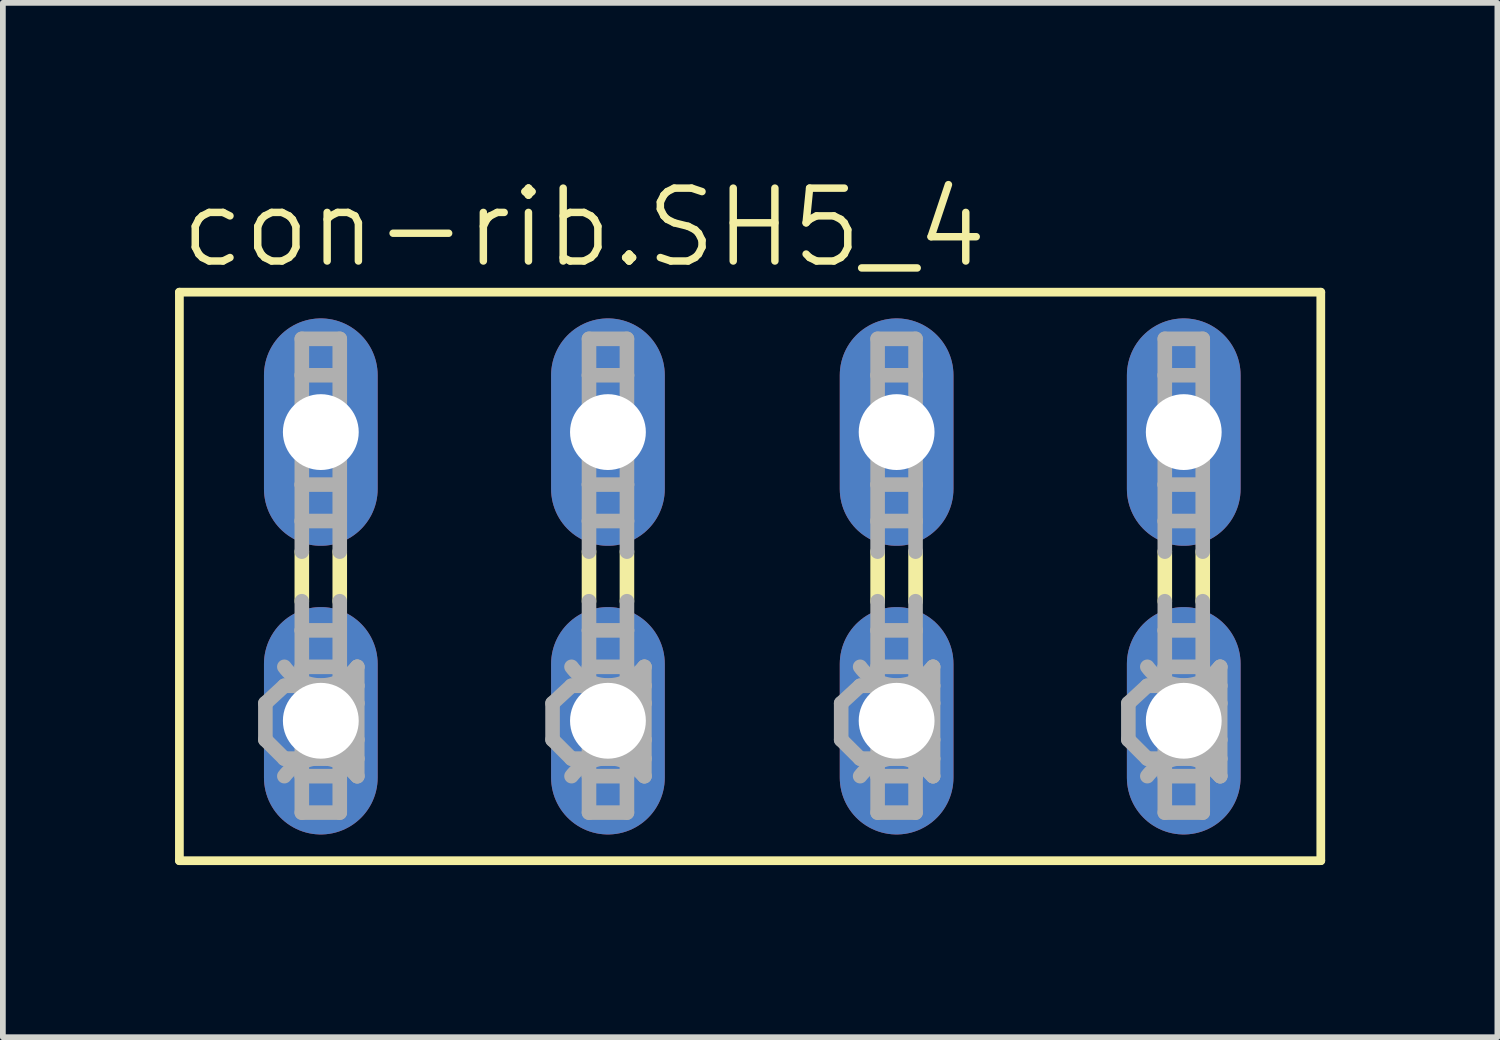
<source format=kicad_pcb>
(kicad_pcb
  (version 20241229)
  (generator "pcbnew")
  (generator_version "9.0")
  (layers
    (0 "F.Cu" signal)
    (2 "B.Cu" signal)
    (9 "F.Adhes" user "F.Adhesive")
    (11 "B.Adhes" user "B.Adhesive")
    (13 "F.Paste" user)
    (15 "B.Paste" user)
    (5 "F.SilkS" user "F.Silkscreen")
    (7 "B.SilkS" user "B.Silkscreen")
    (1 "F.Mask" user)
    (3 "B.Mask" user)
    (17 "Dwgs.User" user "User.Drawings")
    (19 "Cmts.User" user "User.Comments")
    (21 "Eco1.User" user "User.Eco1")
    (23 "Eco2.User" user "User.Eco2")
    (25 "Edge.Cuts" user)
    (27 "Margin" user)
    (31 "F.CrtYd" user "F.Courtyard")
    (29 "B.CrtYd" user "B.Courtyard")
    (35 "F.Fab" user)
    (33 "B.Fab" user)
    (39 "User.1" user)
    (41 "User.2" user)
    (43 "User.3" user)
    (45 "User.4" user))
  (footprint "con-rib.SH5_4"
    (layer "F.Cu")
    (at 10.058 6.994)
    (property "Reference" "con-rib.SH5_4" (at -10.033 -5.334 0) (layer "F.SilkS") (effects (font (size 1.27 1.27) (thickness 0.13)) (justify left bottom)))
    (attr through_hole)
    (fp_line (start -9.982 -4.953) (end -9.982 4.953) (stroke (width 0.152) (type default)) (layer "F.SilkS"))
    (fp_line (start -9.982 -4.953) (end 9.906 -4.953) (stroke (width 0.152) (type default)) (layer "F.SilkS"))
    (fp_line (start -7.849 0.432) (end -7.849 -0.432) (stroke (width 0.254) (type default)) (layer "F.SilkS"))
    (fp_line (start -7.188 0.432) (end -7.188 -0.432) (stroke (width 0.254) (type default)) (layer "F.SilkS"))
    (fp_line (start -2.845 0.432) (end -2.845 -0.432) (stroke (width 0.254) (type default)) (layer "F.SilkS"))
    (fp_line (start -2.184 0.432) (end -2.184 -0.432) (stroke (width 0.254) (type default)) (layer "F.SilkS"))
    (fp_line (start 2.184 0.432) (end 2.184 -0.432) (stroke (width 0.254) (type default)) (layer "F.SilkS"))
    (fp_line (start 2.845 0.432) (end 2.845 -0.432) (stroke (width 0.254) (type default)) (layer "F.SilkS"))
    (fp_line (start 7.188 0.432) (end 7.188 -0.432) (stroke (width 0.254) (type default)) (layer "F.SilkS"))
    (fp_line (start 7.849 0.432) (end 7.849 -0.432) (stroke (width 0.254) (type default)) (layer "F.SilkS"))
    (fp_line (start 9.906 4.953) (end -9.982 4.953) (stroke (width 0.152) (type default)) (layer "F.SilkS"))
    (fp_line (start 9.906 4.953) (end 9.906 -4.953) (stroke (width 0.152) (type default)) (layer "F.SilkS"))
    (fp_line (start -8.484 2.21) (end -8.153 1.905) (stroke (width 0.254) (type default)) (layer "F.Fab"))
    (fp_line (start -8.484 2.845) (end -8.484 2.21) (stroke (width 0.254) (type default)) (layer "F.Fab"))
    (fp_line (start -8.484 2.845) (end -8.153 3.175) (stroke (width 0.254) (type default)) (layer "F.Fab"))
    (fp_line (start -7.849 -4.14) (end -7.188 -4.14) (stroke (width 0.254) (type default)) (layer "F.Fab"))
    (fp_line (start -7.849 -3.505) (end -7.849 -4.14) (stroke (width 0.254) (type default)) (layer "F.Fab"))
    (fp_line (start -7.849 -3.505) (end -7.849 -1.6) (stroke (width 0.254) (type default)) (layer "F.Fab"))
    (fp_line (start -7.849 -1.6) (end -7.849 -0.965) (stroke (width 0.254) (type default)) (layer "F.Fab"))
    (fp_line (start -7.849 -1.6) (end -7.188 -1.6) (stroke (width 0.254) (type default)) (layer "F.Fab"))
    (fp_line (start -7.849 -0.965) (end -7.188 -0.965) (stroke (width 0.254) (type default)) (layer "F.Fab"))
    (fp_line (start -7.849 -0.432) (end -7.849 -0.965) (stroke (width 0.254) (type default)) (layer "F.Fab"))
    (fp_line (start -7.849 0.94) (end -7.849 0.432) (stroke (width 0.254) (type default)) (layer "F.Fab"))
    (fp_line (start -7.849 0.94) (end -7.188 0.94) (stroke (width 0.254) (type default)) (layer "F.Fab"))
    (fp_line (start -7.849 1.575) (end -7.849 0.94) (stroke (width 0.254) (type default)) (layer "F.Fab"))
    (fp_line (start -7.849 1.575) (end -7.849 3.48) (stroke (width 0.254) (type default)) (layer "F.Fab"))
    (fp_line (start -7.849 3.48) (end -7.849 4.115) (stroke (width 0.254) (type default)) (layer "F.Fab"))
    (fp_line (start -7.849 3.48) (end -7.188 3.48) (stroke (width 0.254) (type default)) (layer "F.Fab"))
    (fp_line (start -7.849 4.115) (end -7.188 4.115) (stroke (width 0.254) (type default)) (layer "F.Fab"))
    (fp_line (start -7.188 -4.14) (end -7.188 -3.505) (stroke (width 0.254) (type default)) (layer "F.Fab"))
    (fp_line (start -7.188 -3.505) (end -7.849 -3.505) (stroke (width 0.254) (type default)) (layer "F.Fab"))
    (fp_line (start -7.188 -1.6) (end -7.188 -3.505) (stroke (width 0.254) (type default)) (layer "F.Fab"))
    (fp_line (start -7.188 -0.965) (end -7.188 -1.6) (stroke (width 0.254) (type default)) (layer "F.Fab"))
    (fp_line (start -7.188 -0.432) (end -7.188 -0.965) (stroke (width 0.254) (type default)) (layer "F.Fab"))
    (fp_line (start -7.188 0.94) (end -7.188 0.432) (stroke (width 0.254) (type default)) (layer "F.Fab"))
    (fp_line (start -7.188 0.94) (end -7.188 1.575) (stroke (width 0.254) (type default)) (layer "F.Fab"))
    (fp_line (start -7.188 1.575) (end -7.849 1.575) (stroke (width 0.254) (type default)) (layer "F.Fab"))
    (fp_line (start -7.188 1.905) (end -8.153 1.905) (stroke (width 0.254) (type default)) (layer "F.Fab"))
    (fp_line (start -7.188 1.905) (end -7.188 1.575) (stroke (width 0.254) (type default)) (layer "F.Fab"))
    (fp_line (start -7.188 1.905) (end -6.883 1.575) (stroke (width 0.254) (type default)) (layer "F.Fab"))
    (fp_line (start -7.188 1.905) (end -6.883 2.21) (stroke (width 0.254) (type default)) (layer "F.Fab"))
    (fp_line (start -7.188 3.175) (end -8.153 3.175) (stroke (width 0.254) (type default)) (layer "F.Fab"))
    (fp_line (start -7.188 3.175) (end -7.188 1.905) (stroke (width 0.254) (type default)) (layer "F.Fab"))
    (fp_line (start -7.188 3.175) (end -6.883 2.845) (stroke (width 0.254) (type default)) (layer "F.Fab"))
    (fp_line (start -7.188 3.175) (end -6.883 3.48) (stroke (width 0.254) (type default)) (layer "F.Fab"))
    (fp_line (start -7.188 3.48) (end -7.188 3.175) (stroke (width 0.254) (type default)) (layer "F.Fab"))
    (fp_line (start -7.188 4.115) (end -7.188 3.48) (stroke (width 0.254) (type default)) (layer "F.Fab"))
    (fp_line (start -6.883 1.905) (end -7.188 1.905) (stroke (width 0.254) (type default)) (layer "F.Fab"))
    (fp_line (start -6.883 1.905) (end -6.883 1.575) (stroke (width 0.254) (type default)) (layer "F.Fab"))
    (fp_line (start -6.883 2.21) (end -6.883 1.905) (stroke (width 0.254) (type default)) (layer "F.Fab"))
    (fp_line (start -6.883 2.845) (end -6.883 2.21) (stroke (width 0.254) (type default)) (layer "F.Fab"))
    (fp_line (start -6.883 3.175) (end -7.188 3.175) (stroke (width 0.254) (type default)) (layer "F.Fab"))
    (fp_line (start -6.883 3.175) (end -6.883 2.845) (stroke (width 0.254) (type default)) (layer "F.Fab"))
    (fp_line (start -6.883 3.48) (end -6.883 3.175) (stroke (width 0.254) (type default)) (layer "F.Fab"))
    (fp_line (start -3.48 2.21) (end -3.15 1.905) (stroke (width 0.254) (type default)) (layer "F.Fab"))
    (fp_line (start -3.48 2.845) (end -3.48 2.21) (stroke (width 0.254) (type default)) (layer "F.Fab"))
    (fp_line (start -3.48 2.845) (end -3.15 3.175) (stroke (width 0.254) (type default)) (layer "F.Fab"))
    (fp_line (start -2.845 -4.14) (end -2.184 -4.14) (stroke (width 0.254) (type default)) (layer "F.Fab"))
    (fp_line (start -2.845 -3.505) (end -2.845 -4.14) (stroke (width 0.254) (type default)) (layer "F.Fab"))
    (fp_line (start -2.845 -3.505) (end -2.845 -1.6) (stroke (width 0.254) (type default)) (layer "F.Fab"))
    (fp_line (start -2.845 -1.6) (end -2.845 -0.965) (stroke (width 0.254) (type default)) (layer "F.Fab"))
    (fp_line (start -2.845 -1.6) (end -2.184 -1.6) (stroke (width 0.254) (type default)) (layer "F.Fab"))
    (fp_line (start -2.845 -0.965) (end -2.184 -0.965) (stroke (width 0.254) (type default)) (layer "F.Fab"))
    (fp_line (start -2.845 -0.432) (end -2.845 -0.965) (stroke (width 0.254) (type default)) (layer "F.Fab"))
    (fp_line (start -2.845 0.94) (end -2.845 0.432) (stroke (width 0.254) (type default)) (layer "F.Fab"))
    (fp_line (start -2.845 0.94) (end -2.184 0.94) (stroke (width 0.254) (type default)) (layer "F.Fab"))
    (fp_line (start -2.845 1.575) (end -2.845 0.94) (stroke (width 0.254) (type default)) (layer "F.Fab"))
    (fp_line (start -2.845 1.575) (end -2.845 3.48) (stroke (width 0.254) (type default)) (layer "F.Fab"))
    (fp_line (start -2.845 3.48) (end -2.845 4.115) (stroke (width 0.254) (type default)) (layer "F.Fab"))
    (fp_line (start -2.845 3.48) (end -2.184 3.48) (stroke (width 0.254) (type default)) (layer "F.Fab"))
    (fp_line (start -2.845 4.115) (end -2.184 4.115) (stroke (width 0.254) (type default)) (layer "F.Fab"))
    (fp_line (start -2.184 -4.14) (end -2.184 -3.505) (stroke (width 0.254) (type default)) (layer "F.Fab"))
    (fp_line (start -2.184 -3.505) (end -2.845 -3.505) (stroke (width 0.254) (type default)) (layer "F.Fab"))
    (fp_line (start -2.184 -1.6) (end -2.184 -3.505) (stroke (width 0.254) (type default)) (layer "F.Fab"))
    (fp_line (start -2.184 -0.965) (end -2.184 -1.6) (stroke (width 0.254) (type default)) (layer "F.Fab"))
    (fp_line (start -2.184 -0.432) (end -2.184 -0.965) (stroke (width 0.254) (type default)) (layer "F.Fab"))
    (fp_line (start -2.184 0.94) (end -2.184 0.432) (stroke (width 0.254) (type default)) (layer "F.Fab"))
    (fp_line (start -2.184 0.94) (end -2.184 1.575) (stroke (width 0.254) (type default)) (layer "F.Fab"))
    (fp_line (start -2.184 1.575) (end -2.845 1.575) (stroke (width 0.254) (type default)) (layer "F.Fab"))
    (fp_line (start -2.184 1.905) (end -3.15 1.905) (stroke (width 0.254) (type default)) (layer "F.Fab"))
    (fp_line (start -2.184 1.905) (end -2.184 1.575) (stroke (width 0.254) (type default)) (layer "F.Fab"))
    (fp_line (start -2.184 1.905) (end -1.88 1.575) (stroke (width 0.254) (type default)) (layer "F.Fab"))
    (fp_line (start -2.184 1.905) (end -1.88 2.21) (stroke (width 0.254) (type default)) (layer "F.Fab"))
    (fp_line (start -2.184 3.175) (end -3.15 3.175) (stroke (width 0.254) (type default)) (layer "F.Fab"))
    (fp_line (start -2.184 3.175) (end -2.184 1.905) (stroke (width 0.254) (type default)) (layer "F.Fab"))
    (fp_line (start -2.184 3.175) (end -1.88 2.845) (stroke (width 0.254) (type default)) (layer "F.Fab"))
    (fp_line (start -2.184 3.175) (end -1.88 3.48) (stroke (width 0.254) (type default)) (layer "F.Fab"))
    (fp_line (start -2.184 3.48) (end -2.184 3.175) (stroke (width 0.254) (type default)) (layer "F.Fab"))
    (fp_line (start -2.184 4.115) (end -2.184 3.48) (stroke (width 0.254) (type default)) (layer "F.Fab"))
    (fp_line (start -1.88 1.905) (end -2.184 1.905) (stroke (width 0.254) (type default)) (layer "F.Fab"))
    (fp_line (start -1.88 1.905) (end -1.88 1.575) (stroke (width 0.254) (type default)) (layer "F.Fab"))
    (fp_line (start -1.88 2.21) (end -1.88 1.905) (stroke (width 0.254) (type default)) (layer "F.Fab"))
    (fp_line (start -1.88 2.845) (end -1.88 2.21) (stroke (width 0.254) (type default)) (layer "F.Fab"))
    (fp_line (start -1.88 3.175) (end -2.184 3.175) (stroke (width 0.254) (type default)) (layer "F.Fab"))
    (fp_line (start -1.88 3.175) (end -1.88 2.845) (stroke (width 0.254) (type default)) (layer "F.Fab"))
    (fp_line (start -1.88 3.48) (end -1.88 3.175) (stroke (width 0.254) (type default)) (layer "F.Fab"))
    (fp_line (start 1.549 2.21) (end 1.88 1.905) (stroke (width 0.254) (type default)) (layer "F.Fab"))
    (fp_line (start 1.549 2.845) (end 1.549 2.21) (stroke (width 0.254) (type default)) (layer "F.Fab"))
    (fp_line (start 1.549 2.845) (end 1.88 3.175) (stroke (width 0.254) (type default)) (layer "F.Fab"))
    (fp_line (start 2.184 -4.14) (end 2.845 -4.14) (stroke (width 0.254) (type default)) (layer "F.Fab"))
    (fp_line (start 2.184 -3.505) (end 2.184 -4.14) (stroke (width 0.254) (type default)) (layer "F.Fab"))
    (fp_line (start 2.184 -3.505) (end 2.184 -1.6) (stroke (width 0.254) (type default)) (layer "F.Fab"))
    (fp_line (start 2.184 -1.6) (end 2.845 -1.6) (stroke (width 0.254) (type default)) (layer "F.Fab"))
    (fp_line (start 2.184 -0.965) (end 2.184 -1.6) (stroke (width 0.254) (type default)) (layer "F.Fab"))
    (fp_line (start 2.184 -0.965) (end 2.845 -0.965) (stroke (width 0.254) (type default)) (layer "F.Fab"))
    (fp_line (start 2.184 -0.432) (end 2.184 -0.965) (stroke (width 0.254) (type default)) (layer "F.Fab"))
    (fp_line (start 2.184 0.94) (end 2.184 0.432) (stroke (width 0.254) (type default)) (layer "F.Fab"))
    (fp_line (start 2.184 0.94) (end 2.845 0.94) (stroke (width 0.254) (type default)) (layer "F.Fab"))
    (fp_line (start 2.184 1.575) (end 2.184 0.94) (stroke (width 0.254) (type default)) (layer "F.Fab"))
    (fp_line (start 2.184 1.575) (end 2.184 3.48) (stroke (width 0.254) (type default)) (layer "F.Fab"))
    (fp_line (start 2.184 3.48) (end 2.184 4.115) (stroke (width 0.254) (type default)) (layer "F.Fab"))
    (fp_line (start 2.184 3.48) (end 2.845 3.48) (stroke (width 0.254) (type default)) (layer "F.Fab"))
    (fp_line (start 2.184 4.115) (end 2.845 4.115) (stroke (width 0.254) (type default)) (layer "F.Fab"))
    (fp_line (start 2.845 -4.14) (end 2.845 -3.505) (stroke (width 0.254) (type default)) (layer "F.Fab"))
    (fp_line (start 2.845 -3.505) (end 2.184 -3.505) (stroke (width 0.254) (type default)) (layer "F.Fab"))
    (fp_line (start 2.845 -1.6) (end 2.845 -3.505) (stroke (width 0.254) (type default)) (layer "F.Fab"))
    (fp_line (start 2.845 -0.965) (end 2.845 -1.6) (stroke (width 0.254) (type default)) (layer "F.Fab"))
    (fp_line (start 2.845 -0.432) (end 2.845 -0.965) (stroke (width 0.254) (type default)) (layer "F.Fab"))
    (fp_line (start 2.845 0.94) (end 2.845 0.432) (stroke (width 0.254) (type default)) (layer "F.Fab"))
    (fp_line (start 2.845 0.94) (end 2.845 1.575) (stroke (width 0.254) (type default)) (layer "F.Fab"))
    (fp_line (start 2.845 1.575) (end 2.184 1.575) (stroke (width 0.254) (type default)) (layer "F.Fab"))
    (fp_line (start 2.845 1.905) (end 1.88 1.905) (stroke (width 0.254) (type default)) (layer "F.Fab"))
    (fp_line (start 2.845 1.905) (end 2.845 1.575) (stroke (width 0.254) (type default)) (layer "F.Fab"))
    (fp_line (start 2.845 1.905) (end 3.15 1.575) (stroke (width 0.254) (type default)) (layer "F.Fab"))
    (fp_line (start 2.845 1.905) (end 3.15 2.21) (stroke (width 0.254) (type default)) (layer "F.Fab"))
    (fp_line (start 2.845 3.175) (end 1.88 3.175) (stroke (width 0.254) (type default)) (layer "F.Fab"))
    (fp_line (start 2.845 3.175) (end 2.845 1.905) (stroke (width 0.254) (type default)) (layer "F.Fab"))
    (fp_line (start 2.845 3.175) (end 3.15 2.845) (stroke (width 0.254) (type default)) (layer "F.Fab"))
    (fp_line (start 2.845 3.175) (end 3.15 3.48) (stroke (width 0.254) (type default)) (layer "F.Fab"))
    (fp_line (start 2.845 3.48) (end 2.845 3.175) (stroke (width 0.254) (type default)) (layer "F.Fab"))
    (fp_line (start 2.845 4.115) (end 2.845 3.48) (stroke (width 0.254) (type default)) (layer "F.Fab"))
    (fp_line (start 3.15 1.905) (end 2.845 1.905) (stroke (width 0.254) (type default)) (layer "F.Fab"))
    (fp_line (start 3.15 1.905) (end 3.15 1.575) (stroke (width 0.254) (type default)) (layer "F.Fab"))
    (fp_line (start 3.15 2.21) (end 3.15 1.905) (stroke (width 0.254) (type default)) (layer "F.Fab"))
    (fp_line (start 3.15 2.845) (end 3.15 2.21) (stroke (width 0.254) (type default)) (layer "F.Fab"))
    (fp_line (start 3.15 3.175) (end 2.845 3.175) (stroke (width 0.254) (type default)) (layer "F.Fab"))
    (fp_line (start 3.15 3.175) (end 3.15 2.845) (stroke (width 0.254) (type default)) (layer "F.Fab"))
    (fp_line (start 3.15 3.48) (end 3.15 3.175) (stroke (width 0.254) (type default)) (layer "F.Fab"))
    (fp_line (start 6.553 2.21) (end 6.883 1.905) (stroke (width 0.254) (type default)) (layer "F.Fab"))
    (fp_line (start 6.553 2.845) (end 6.553 2.21) (stroke (width 0.254) (type default)) (layer "F.Fab"))
    (fp_line (start 6.553 2.845) (end 6.883 3.175) (stroke (width 0.254) (type default)) (layer "F.Fab"))
    (fp_line (start 7.188 -4.14) (end 7.849 -4.14) (stroke (width 0.254) (type default)) (layer "F.Fab"))
    (fp_line (start 7.188 -3.505) (end 7.188 -4.14) (stroke (width 0.254) (type default)) (layer "F.Fab"))
    (fp_line (start 7.188 -3.505) (end 7.188 -1.6) (stroke (width 0.254) (type default)) (layer "F.Fab"))
    (fp_line (start 7.188 -1.6) (end 7.849 -1.6) (stroke (width 0.254) (type default)) (layer "F.Fab"))
    (fp_line (start 7.188 -0.965) (end 7.188 -1.6) (stroke (width 0.254) (type default)) (layer "F.Fab"))
    (fp_line (start 7.188 -0.965) (end 7.849 -0.965) (stroke (width 0.254) (type default)) (layer "F.Fab"))
    (fp_line (start 7.188 -0.432) (end 7.188 -0.965) (stroke (width 0.254) (type default)) (layer "F.Fab"))
    (fp_line (start 7.188 0.94) (end 7.188 0.432) (stroke (width 0.254) (type default)) (layer "F.Fab"))
    (fp_line (start 7.188 0.94) (end 7.849 0.94) (stroke (width 0.254) (type default)) (layer "F.Fab"))
    (fp_line (start 7.188 1.575) (end 7.188 0.94) (stroke (width 0.254) (type default)) (layer "F.Fab"))
    (fp_line (start 7.188 1.575) (end 7.188 3.48) (stroke (width 0.254) (type default)) (layer "F.Fab"))
    (fp_line (start 7.188 3.48) (end 7.188 4.115) (stroke (width 0.254) (type default)) (layer "F.Fab"))
    (fp_line (start 7.188 3.48) (end 7.849 3.48) (stroke (width 0.254) (type default)) (layer "F.Fab"))
    (fp_line (start 7.188 4.115) (end 7.849 4.115) (stroke (width 0.254) (type default)) (layer "F.Fab"))
    (fp_line (start 7.849 -4.14) (end 7.849 -3.505) (stroke (width 0.254) (type default)) (layer "F.Fab"))
    (fp_line (start 7.849 -3.505) (end 7.188 -3.505) (stroke (width 0.254) (type default)) (layer "F.Fab"))
    (fp_line (start 7.849 -1.6) (end 7.849 -3.505) (stroke (width 0.254) (type default)) (layer "F.Fab"))
    (fp_line (start 7.849 -0.965) (end 7.849 -1.6) (stroke (width 0.254) (type default)) (layer "F.Fab"))
    (fp_line (start 7.849 -0.432) (end 7.849 -0.965) (stroke (width 0.254) (type default)) (layer "F.Fab"))
    (fp_line (start 7.849 0.94) (end 7.849 0.432) (stroke (width 0.254) (type default)) (layer "F.Fab"))
    (fp_line (start 7.849 0.94) (end 7.849 1.575) (stroke (width 0.254) (type default)) (layer "F.Fab"))
    (fp_line (start 7.849 1.575) (end 7.188 1.575) (stroke (width 0.254) (type default)) (layer "F.Fab"))
    (fp_line (start 7.849 1.905) (end 6.883 1.905) (stroke (width 0.254) (type default)) (layer "F.Fab"))
    (fp_line (start 7.849 1.905) (end 7.849 1.575) (stroke (width 0.254) (type default)) (layer "F.Fab"))
    (fp_line (start 7.849 1.905) (end 8.153 1.575) (stroke (width 0.254) (type default)) (layer "F.Fab"))
    (fp_line (start 7.849 1.905) (end 8.153 2.21) (stroke (width 0.254) (type default)) (layer "F.Fab"))
    (fp_line (start 7.849 3.175) (end 6.883 3.175) (stroke (width 0.254) (type default)) (layer "F.Fab"))
    (fp_line (start 7.849 3.175) (end 7.849 1.905) (stroke (width 0.254) (type default)) (layer "F.Fab"))
    (fp_line (start 7.849 3.175) (end 8.153 2.845) (stroke (width 0.254) (type default)) (layer "F.Fab"))
    (fp_line (start 7.849 3.175) (end 8.153 3.48) (stroke (width 0.254) (type default)) (layer "F.Fab"))
    (fp_line (start 7.849 3.48) (end 7.849 3.175) (stroke (width 0.254) (type default)) (layer "F.Fab"))
    (fp_line (start 7.849 4.115) (end 7.849 3.48) (stroke (width 0.254) (type default)) (layer "F.Fab"))
    (fp_line (start 8.153 1.905) (end 7.849 1.905) (stroke (width 0.254) (type default)) (layer "F.Fab"))
    (fp_line (start 8.153 1.905) (end 8.153 1.575) (stroke (width 0.254) (type default)) (layer "F.Fab"))
    (fp_line (start 8.153 2.21) (end 8.153 1.905) (stroke (width 0.254) (type default)) (layer "F.Fab"))
    (fp_line (start 8.153 2.845) (end 8.153 2.21) (stroke (width 0.254) (type default)) (layer "F.Fab"))
    (fp_line (start 8.153 3.175) (end 7.849 3.175) (stroke (width 0.254) (type default)) (layer "F.Fab"))
    (fp_line (start 8.153 3.175) (end 8.153 2.845) (stroke (width 0.254) (type default)) (layer "F.Fab"))
    (fp_line (start 8.153 3.48) (end 8.153 3.175) (stroke (width 0.254) (type default)) (layer "F.Fab"))
    (fp_arc (start -8.1534 3.4798) (mid -7.5184 3.164824) (end -6.8834 3.4798) (stroke (width 0.254) (type default)) (layer "F.Fab"))
    (fp_arc (start -6.8834 1.5748) (mid -7.5184 1.900068) (end -8.1534 1.5748) (stroke (width 0.254) (type default)) (layer "F.Fab"))
    (fp_arc (start -3.1496 3.4798) (mid -2.5146 3.164824) (end -1.8796 3.4798) (stroke (width 0.254) (type default)) (layer "F.Fab"))
    (fp_arc (start -1.8796 1.5748) (mid -2.5146 1.900068) (end -3.1496 1.5748) (stroke (width 0.254) (type default)) (layer "F.Fab"))
    (fp_arc (start 1.8796 3.4798) (mid 2.5146 3.164824) (end 3.1496 3.4798) (stroke (width 0.254) (type default)) (layer "F.Fab"))
    (fp_arc (start 3.1496 1.5748) (mid 2.5146 1.900068) (end 1.8796 1.5748) (stroke (width 0.254) (type default)) (layer "F.Fab"))
    (fp_arc (start 6.8834 3.4798) (mid 7.5184 3.164824) (end 8.1534 3.4798) (stroke (width 0.254) (type default)) (layer "F.Fab"))
    (fp_arc (start 8.1534 1.5748) (mid 7.5184 1.900068) (end 6.8834 1.5748) (stroke (width 0.254) (type default)) (layer "F.Fab"))
    (pad "1" thru_hole oval (at -7.518 2.515 90) (size 3.962 1.981) (drill 1.321) (layers "*.Cu" "*.Mask"))
    (pad "2" thru_hole oval (at -7.518 -2.515 90) (size 3.962 1.981) (drill 1.321) (layers "*.Cu" "*.Mask"))
    (pad "3" thru_hole oval (at -2.515 2.515 90) (size 3.962 1.981) (drill 1.321) (layers "*.Cu" "*.Mask"))
    (pad "4" thru_hole oval (at -2.515 -2.515 90) (size 3.962 1.981) (drill 1.321) (layers "*.Cu" "*.Mask"))
    (pad "5" thru_hole oval (at 2.515 2.515 90) (size 3.962 1.981) (drill 1.321) (layers "*.Cu" "*.Mask"))
    (pad "6" thru_hole oval (at 2.515 -2.515 90) (size 3.962 1.981) (drill 1.321) (layers "*.Cu" "*.Mask"))
    (pad "7" thru_hole oval (at 7.518 2.515 90) (size 3.962 1.981) (drill 1.321) (layers "*.Cu" "*.Mask"))
    (pad "8" thru_hole oval (at 7.518 -2.515 90) (size 3.962 1.981) (drill 1.321) (layers "*.Cu" "*.Mask")))
  (gr_rect
    (start -3 -3)
    (end 23.041 15.023)
    (stroke (width 0.1) (type default))
    (fill no)
    (layer "Edge.Cuts")))
</source>
